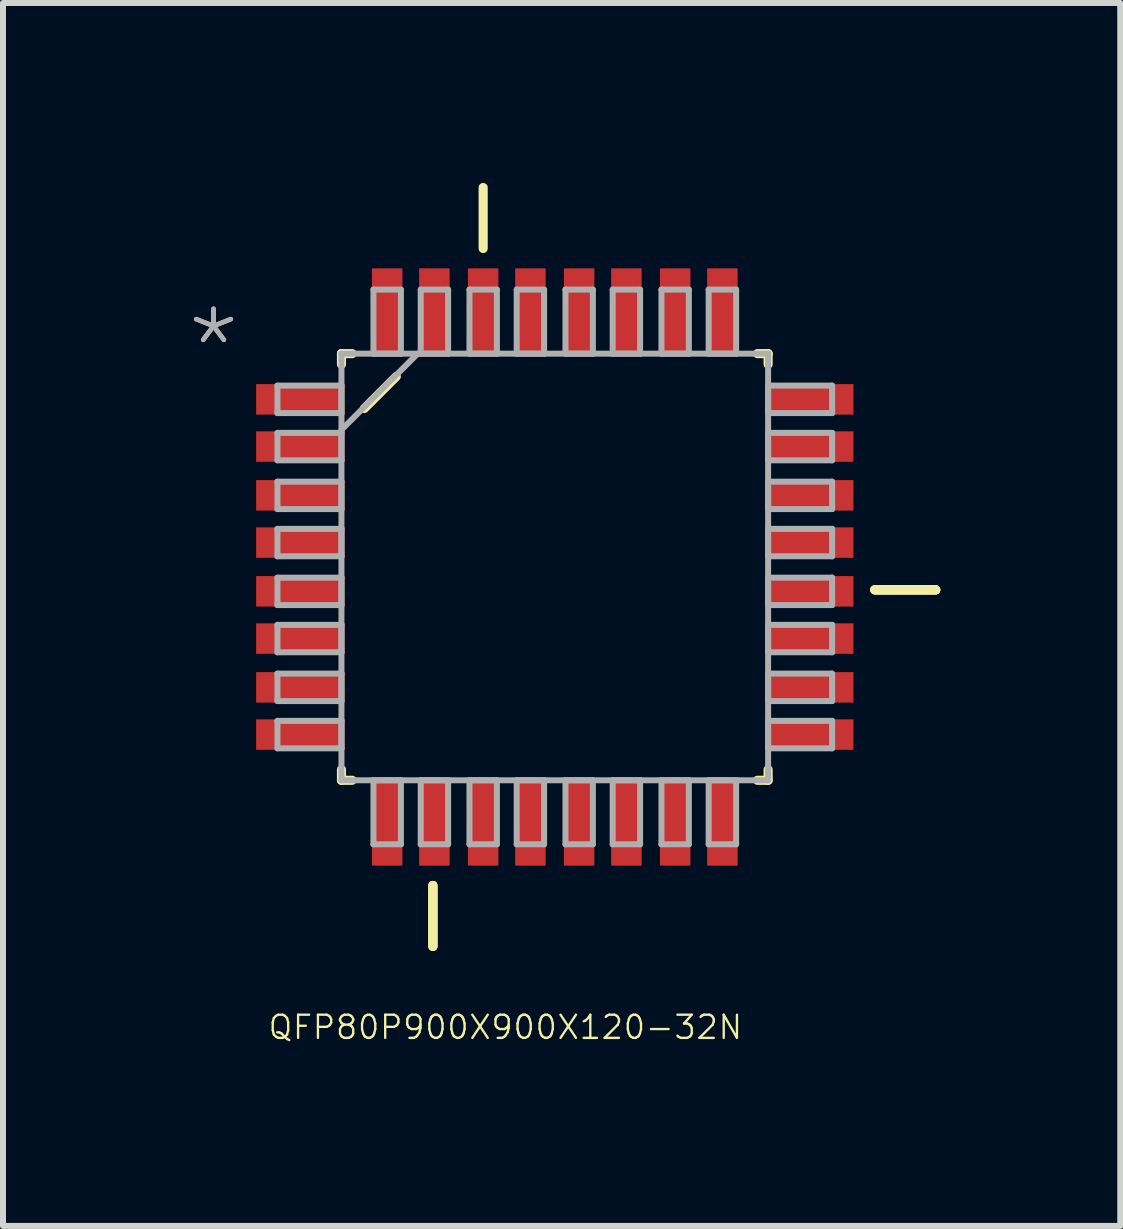
<source format=kicad_pcb>
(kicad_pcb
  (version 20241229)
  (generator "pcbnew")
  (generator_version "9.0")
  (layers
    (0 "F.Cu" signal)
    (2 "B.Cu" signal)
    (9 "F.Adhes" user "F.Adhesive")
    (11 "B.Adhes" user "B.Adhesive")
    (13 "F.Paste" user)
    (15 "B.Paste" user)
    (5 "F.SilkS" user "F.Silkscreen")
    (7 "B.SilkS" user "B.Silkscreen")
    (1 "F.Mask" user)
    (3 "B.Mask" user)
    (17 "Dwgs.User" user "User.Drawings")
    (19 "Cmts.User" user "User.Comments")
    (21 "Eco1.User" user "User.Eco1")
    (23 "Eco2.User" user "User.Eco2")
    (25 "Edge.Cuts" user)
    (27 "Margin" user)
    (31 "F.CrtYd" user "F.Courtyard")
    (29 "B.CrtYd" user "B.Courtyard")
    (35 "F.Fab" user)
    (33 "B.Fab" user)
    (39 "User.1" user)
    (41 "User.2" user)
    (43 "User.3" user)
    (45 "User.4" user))
  (footprint "QFP80P900X900X120-32N"
    (layer "F.Cu")
    (at 6.198 6.401)
    (property "Reference" "QFP80P900X900X120-32N" (at -4.801 7.899 0) (layer "F.SilkS") (effects (font (size 0.386 0.386) (thickness 0.039)) (justify left bottom)))
    (attr through_hole)
    (fp_line (start -3.556 -3.556) (end -3.556 -3.378) (stroke (width 0.152) (type solid)) (layer "F.SilkS"))
    (fp_line (start -3.556 3.378) (end -3.556 3.556) (stroke (width 0.152) (type solid)) (layer "F.SilkS"))
    (fp_line (start -3.556 3.556) (end -3.378 3.556) (stroke (width 0.152) (type solid)) (layer "F.SilkS"))
    (fp_line (start -3.378 -3.556) (end -3.556 -3.556) (stroke (width 0.152) (type solid)) (layer "F.SilkS"))
    (fp_line (start -3.175 -2.642) (end -2.642 -3.175) (stroke (width 0.152) (type solid)) (layer "F.SilkS"))
    (fp_line (start -2.032 6.325) (end -2.032 5.309) (stroke (width 0.152) (type solid)) (layer "F.SilkS"))
    (fp_line (start -2.032 6.325) (end -2.032 5.309) (stroke (width 0.152) (type solid)) (layer "F.SilkS"))
    (fp_line (start -2.032 6.325) (end -2.032 5.309) (stroke (width 0.152) (type solid)) (layer "F.SilkS"))
    (fp_line (start -1.194 -5.309) (end -1.194 -6.325) (stroke (width 0.152) (type solid)) (layer "F.SilkS"))
    (fp_line (start 3.378 3.556) (end 3.556 3.556) (stroke (width 0.152) (type solid)) (layer "F.SilkS"))
    (fp_line (start 3.556 -3.556) (end 3.378 -3.556) (stroke (width 0.152) (type solid)) (layer "F.SilkS"))
    (fp_line (start 3.556 -3.378) (end 3.556 -3.556) (stroke (width 0.152) (type solid)) (layer "F.SilkS"))
    (fp_line (start 3.556 3.556) (end 3.556 3.378) (stroke (width 0.152) (type solid)) (layer "F.SilkS"))
    (fp_line (start 5.334 0.381) (end 6.35 0.381) (stroke (width 0.152) (type solid)) (layer "F.SilkS"))
    (fp_line (start 5.334 0.381) (end 6.35 0.381) (stroke (width 0.152) (type solid)) (layer "F.SilkS"))
    (fp_line (start 5.334 0.381) (end 6.35 0.381) (stroke (width 0.152) (type solid)) (layer "F.SilkS"))
    (fp_line (start 5.334 0.381) (end 6.35 0.381) (stroke (width 0.152) (type solid)) (layer "F.SilkS"))
    (fp_line (start -4.623 -3.023) (end -4.623 -2.565) (stroke (width 0.1) (type solid)) (layer "F.Fab"))
    (fp_line (start -4.623 -2.565) (end -3.556 -2.565) (stroke (width 0.1) (type solid)) (layer "F.Fab"))
    (fp_line (start -4.623 -2.235) (end -4.623 -1.778) (stroke (width 0.1) (type solid)) (layer "F.Fab"))
    (fp_line (start -4.623 -1.778) (end -3.556 -1.778) (stroke (width 0.1) (type solid)) (layer "F.Fab"))
    (fp_line (start -4.623 -1.422) (end -4.623 -0.965) (stroke (width 0.1) (type solid)) (layer "F.Fab"))
    (fp_line (start -4.623 -0.965) (end -3.556 -0.965) (stroke (width 0.1) (type solid)) (layer "F.Fab"))
    (fp_line (start -4.623 -0.635) (end -4.623 -0.178) (stroke (width 0.1) (type solid)) (layer "F.Fab"))
    (fp_line (start -4.623 -0.178) (end -3.556 -0.178) (stroke (width 0.1) (type solid)) (layer "F.Fab"))
    (fp_line (start -4.623 0.178) (end -4.623 0.635) (stroke (width 0.1) (type solid)) (layer "F.Fab"))
    (fp_line (start -4.623 0.635) (end -3.556 0.635) (stroke (width 0.1) (type solid)) (layer "F.Fab"))
    (fp_line (start -4.623 0.965) (end -4.623 1.422) (stroke (width 0.1) (type solid)) (layer "F.Fab"))
    (fp_line (start -4.623 1.422) (end -3.556 1.422) (stroke (width 0.1) (type solid)) (layer "F.Fab"))
    (fp_line (start -4.623 1.778) (end -4.623 2.235) (stroke (width 0.1) (type solid)) (layer "F.Fab"))
    (fp_line (start -4.623 2.235) (end -3.556 2.235) (stroke (width 0.1) (type solid)) (layer "F.Fab"))
    (fp_line (start -4.623 2.565) (end -4.623 3.023) (stroke (width 0.1) (type solid)) (layer "F.Fab"))
    (fp_line (start -4.623 3.023) (end -3.556 3.023) (stroke (width 0.1) (type solid)) (layer "F.Fab"))
    (fp_line (start -3.556 -3.556) (end -3.556 3.556) (stroke (width 0.1) (type solid)) (layer "F.Fab"))
    (fp_line (start -3.556 -3.023) (end -4.623 -3.023) (stroke (width 0.1) (type solid)) (layer "F.Fab"))
    (fp_line (start -3.556 -2.565) (end -3.556 -3.023) (stroke (width 0.1) (type solid)) (layer "F.Fab"))
    (fp_line (start -3.556 -2.286) (end -2.286 -3.556) (stroke (width 0.1) (type solid)) (layer "F.Fab"))
    (fp_line (start -3.556 -2.235) (end -4.623 -2.235) (stroke (width 0.1) (type solid)) (layer "F.Fab"))
    (fp_line (start -3.556 -1.778) (end -3.556 -2.235) (stroke (width 0.1) (type solid)) (layer "F.Fab"))
    (fp_line (start -3.556 -1.422) (end -4.623 -1.422) (stroke (width 0.1) (type solid)) (layer "F.Fab"))
    (fp_line (start -3.556 -0.965) (end -3.556 -1.422) (stroke (width 0.1) (type solid)) (layer "F.Fab"))
    (fp_line (start -3.556 -0.635) (end -4.623 -0.635) (stroke (width 0.1) (type solid)) (layer "F.Fab"))
    (fp_line (start -3.556 -0.178) (end -3.556 -0.635) (stroke (width 0.1) (type solid)) (layer "F.Fab"))
    (fp_line (start -3.556 0.178) (end -4.623 0.178) (stroke (width 0.1) (type solid)) (layer "F.Fab"))
    (fp_line (start -3.556 0.635) (end -3.556 0.178) (stroke (width 0.1) (type solid)) (layer "F.Fab"))
    (fp_line (start -3.556 0.965) (end -4.623 0.965) (stroke (width 0.1) (type solid)) (layer "F.Fab"))
    (fp_line (start -3.556 1.422) (end -3.556 0.965) (stroke (width 0.1) (type solid)) (layer "F.Fab"))
    (fp_line (start -3.556 1.778) (end -4.623 1.778) (stroke (width 0.1) (type solid)) (layer "F.Fab"))
    (fp_line (start -3.556 2.235) (end -3.556 1.778) (stroke (width 0.1) (type solid)) (layer "F.Fab"))
    (fp_line (start -3.556 2.565) (end -4.623 2.565) (stroke (width 0.1) (type solid)) (layer "F.Fab"))
    (fp_line (start -3.556 3.023) (end -3.556 2.565) (stroke (width 0.1) (type solid)) (layer "F.Fab"))
    (fp_line (start -3.556 3.556) (end 3.556 3.556) (stroke (width 0.1) (type solid)) (layer "F.Fab"))
    (fp_line (start -3.023 -4.623) (end -3.023 -3.556) (stroke (width 0.1) (type solid)) (layer "F.Fab"))
    (fp_line (start -3.023 -3.556) (end -2.565 -3.556) (stroke (width 0.1) (type solid)) (layer "F.Fab"))
    (fp_line (start -3.023 3.556) (end -3.023 4.623) (stroke (width 0.1) (type solid)) (layer "F.Fab"))
    (fp_line (start -3.023 4.623) (end -2.565 4.623) (stroke (width 0.1) (type solid)) (layer "F.Fab"))
    (fp_line (start -2.565 -4.623) (end -3.023 -4.623) (stroke (width 0.1) (type solid)) (layer "F.Fab"))
    (fp_line (start -2.565 -3.556) (end -2.565 -4.623) (stroke (width 0.1) (type solid)) (layer "F.Fab"))
    (fp_line (start -2.565 3.556) (end -3.023 3.556) (stroke (width 0.1) (type solid)) (layer "F.Fab"))
    (fp_line (start -2.565 4.623) (end -2.565 3.556) (stroke (width 0.1) (type solid)) (layer "F.Fab"))
    (fp_line (start -2.235 -4.623) (end -2.235 -3.556) (stroke (width 0.1) (type solid)) (layer "F.Fab"))
    (fp_line (start -2.235 -3.556) (end -1.778 -3.556) (stroke (width 0.1) (type solid)) (layer "F.Fab"))
    (fp_line (start -2.235 3.556) (end -2.235 4.623) (stroke (width 0.1) (type solid)) (layer "F.Fab"))
    (fp_line (start -2.235 4.623) (end -1.778 4.623) (stroke (width 0.1) (type solid)) (layer "F.Fab"))
    (fp_line (start -1.778 -4.623) (end -2.235 -4.623) (stroke (width 0.1) (type solid)) (layer "F.Fab"))
    (fp_line (start -1.778 -3.556) (end -1.778 -4.623) (stroke (width 0.1) (type solid)) (layer "F.Fab"))
    (fp_line (start -1.778 3.556) (end -2.235 3.556) (stroke (width 0.1) (type solid)) (layer "F.Fab"))
    (fp_line (start -1.778 4.623) (end -1.778 3.556) (stroke (width 0.1) (type solid)) (layer "F.Fab"))
    (fp_line (start -1.422 -4.623) (end -1.422 -3.556) (stroke (width 0.1) (type solid)) (layer "F.Fab"))
    (fp_line (start -1.422 -3.556) (end -0.965 -3.556) (stroke (width 0.1) (type solid)) (layer "F.Fab"))
    (fp_line (start -1.422 3.556) (end -1.422 4.623) (stroke (width 0.1) (type solid)) (layer "F.Fab"))
    (fp_line (start -1.422 4.623) (end -0.965 4.623) (stroke (width 0.1) (type solid)) (layer "F.Fab"))
    (fp_line (start -0.965 -4.623) (end -1.422 -4.623) (stroke (width 0.1) (type solid)) (layer "F.Fab"))
    (fp_line (start -0.965 -3.556) (end -0.965 -4.623) (stroke (width 0.1) (type solid)) (layer "F.Fab"))
    (fp_line (start -0.965 3.556) (end -1.422 3.556) (stroke (width 0.1) (type solid)) (layer "F.Fab"))
    (fp_line (start -0.965 4.623) (end -0.965 3.556) (stroke (width 0.1) (type solid)) (layer "F.Fab"))
    (fp_line (start -0.635 -4.623) (end -0.635 -3.556) (stroke (width 0.1) (type solid)) (layer "F.Fab"))
    (fp_line (start -0.635 -3.556) (end -0.178 -3.556) (stroke (width 0.1) (type solid)) (layer "F.Fab"))
    (fp_line (start -0.635 3.556) (end -0.635 4.623) (stroke (width 0.1) (type solid)) (layer "F.Fab"))
    (fp_line (start -0.635 4.623) (end -0.178 4.623) (stroke (width 0.1) (type solid)) (layer "F.Fab"))
    (fp_line (start -0.178 -4.623) (end -0.635 -4.623) (stroke (width 0.1) (type solid)) (layer "F.Fab"))
    (fp_line (start -0.178 -3.556) (end -0.178 -4.623) (stroke (width 0.1) (type solid)) (layer "F.Fab"))
    (fp_line (start -0.178 3.556) (end -0.635 3.556) (stroke (width 0.1) (type solid)) (layer "F.Fab"))
    (fp_line (start -0.178 4.623) (end -0.178 3.556) (stroke (width 0.1) (type solid)) (layer "F.Fab"))
    (fp_line (start 0.178 -4.623) (end 0.178 -3.556) (stroke (width 0.1) (type solid)) (layer "F.Fab"))
    (fp_line (start 0.178 -3.556) (end 0.635 -3.556) (stroke (width 0.1) (type solid)) (layer "F.Fab"))
    (fp_line (start 0.178 3.556) (end 0.178 4.623) (stroke (width 0.1) (type solid)) (layer "F.Fab"))
    (fp_line (start 0.178 4.623) (end 0.635 4.623) (stroke (width 0.1) (type solid)) (layer "F.Fab"))
    (fp_line (start 0.635 -4.623) (end 0.178 -4.623) (stroke (width 0.1) (type solid)) (layer "F.Fab"))
    (fp_line (start 0.635 -3.556) (end 0.635 -4.623) (stroke (width 0.1) (type solid)) (layer "F.Fab"))
    (fp_line (start 0.635 3.556) (end 0.178 3.556) (stroke (width 0.1) (type solid)) (layer "F.Fab"))
    (fp_line (start 0.635 4.623) (end 0.635 3.556) (stroke (width 0.1) (type solid)) (layer "F.Fab"))
    (fp_line (start 0.965 -4.623) (end 0.965 -3.556) (stroke (width 0.1) (type solid)) (layer "F.Fab"))
    (fp_line (start 0.965 -3.556) (end 1.422 -3.556) (stroke (width 0.1) (type solid)) (layer "F.Fab"))
    (fp_line (start 0.965 3.556) (end 0.965 4.623) (stroke (width 0.1) (type solid)) (layer "F.Fab"))
    (fp_line (start 0.965 4.623) (end 1.422 4.623) (stroke (width 0.1) (type solid)) (layer "F.Fab"))
    (fp_line (start 1.422 -4.623) (end 0.965 -4.623) (stroke (width 0.1) (type solid)) (layer "F.Fab"))
    (fp_line (start 1.422 -3.556) (end 1.422 -4.623) (stroke (width 0.1) (type solid)) (layer "F.Fab"))
    (fp_line (start 1.422 3.556) (end 0.965 3.556) (stroke (width 0.1) (type solid)) (layer "F.Fab"))
    (fp_line (start 1.422 4.623) (end 1.422 3.556) (stroke (width 0.1) (type solid)) (layer "F.Fab"))
    (fp_line (start 1.778 -4.623) (end 1.778 -3.556) (stroke (width 0.1) (type solid)) (layer "F.Fab"))
    (fp_line (start 1.778 -3.556) (end 2.235 -3.556) (stroke (width 0.1) (type solid)) (layer "F.Fab"))
    (fp_line (start 1.778 3.556) (end 1.778 4.623) (stroke (width 0.1) (type solid)) (layer "F.Fab"))
    (fp_line (start 1.778 4.623) (end 2.235 4.623) (stroke (width 0.1) (type solid)) (layer "F.Fab"))
    (fp_line (start 2.235 -4.623) (end 1.778 -4.623) (stroke (width 0.1) (type solid)) (layer "F.Fab"))
    (fp_line (start 2.235 -3.556) (end 2.235 -4.623) (stroke (width 0.1) (type solid)) (layer "F.Fab"))
    (fp_line (start 2.235 3.556) (end 1.778 3.556) (stroke (width 0.1) (type solid)) (layer "F.Fab"))
    (fp_line (start 2.235 4.623) (end 2.235 3.556) (stroke (width 0.1) (type solid)) (layer "F.Fab"))
    (fp_line (start 2.565 -4.623) (end 2.565 -3.556) (stroke (width 0.1) (type solid)) (layer "F.Fab"))
    (fp_line (start 2.565 -3.556) (end 3.023 -3.556) (stroke (width 0.1) (type solid)) (layer "F.Fab"))
    (fp_line (start 2.565 3.556) (end 2.565 4.623) (stroke (width 0.1) (type solid)) (layer "F.Fab"))
    (fp_line (start 2.565 4.623) (end 3.023 4.623) (stroke (width 0.1) (type solid)) (layer "F.Fab"))
    (fp_line (start 3.023 -4.623) (end 2.565 -4.623) (stroke (width 0.1) (type solid)) (layer "F.Fab"))
    (fp_line (start 3.023 -3.556) (end 3.023 -4.623) (stroke (width 0.1) (type solid)) (layer "F.Fab"))
    (fp_line (start 3.023 3.556) (end 2.565 3.556) (stroke (width 0.1) (type solid)) (layer "F.Fab"))
    (fp_line (start 3.023 4.623) (end 3.023 3.556) (stroke (width 0.1) (type solid)) (layer "F.Fab"))
    (fp_line (start 3.556 -3.556) (end -3.556 -3.556) (stroke (width 0.1) (type solid)) (layer "F.Fab"))
    (fp_line (start 3.556 -3.023) (end 3.556 -2.565) (stroke (width 0.1) (type solid)) (layer "F.Fab"))
    (fp_line (start 3.556 -2.565) (end 4.623 -2.565) (stroke (width 0.1) (type solid)) (layer "F.Fab"))
    (fp_line (start 3.556 -2.235) (end 3.556 -1.778) (stroke (width 0.1) (type solid)) (layer "F.Fab"))
    (fp_line (start 3.556 -1.778) (end 4.623 -1.778) (stroke (width 0.1) (type solid)) (layer "F.Fab"))
    (fp_line (start 3.556 -1.422) (end 3.556 -0.965) (stroke (width 0.1) (type solid)) (layer "F.Fab"))
    (fp_line (start 3.556 -0.965) (end 4.623 -0.965) (stroke (width 0.1) (type solid)) (layer "F.Fab"))
    (fp_line (start 3.556 -0.635) (end 3.556 -0.178) (stroke (width 0.1) (type solid)) (layer "F.Fab"))
    (fp_line (start 3.556 -0.178) (end 4.623 -0.178) (stroke (width 0.1) (type solid)) (layer "F.Fab"))
    (fp_line (start 3.556 0.178) (end 3.556 0.635) (stroke (width 0.1) (type solid)) (layer "F.Fab"))
    (fp_line (start 3.556 0.635) (end 4.623 0.635) (stroke (width 0.1) (type solid)) (layer "F.Fab"))
    (fp_line (start 3.556 0.965) (end 3.556 1.422) (stroke (width 0.1) (type solid)) (layer "F.Fab"))
    (fp_line (start 3.556 1.422) (end 4.623 1.422) (stroke (width 0.1) (type solid)) (layer "F.Fab"))
    (fp_line (start 3.556 1.778) (end 3.556 2.235) (stroke (width 0.1) (type solid)) (layer "F.Fab"))
    (fp_line (start 3.556 2.235) (end 4.623 2.235) (stroke (width 0.1) (type solid)) (layer "F.Fab"))
    (fp_line (start 3.556 2.565) (end 3.556 3.023) (stroke (width 0.1) (type solid)) (layer "F.Fab"))
    (fp_line (start 3.556 3.023) (end 4.623 3.023) (stroke (width 0.1) (type solid)) (layer "F.Fab"))
    (fp_line (start 3.556 3.556) (end 3.556 -3.556) (stroke (width 0.1) (type solid)) (layer "F.Fab"))
    (fp_line (start 4.623 -3.023) (end 3.556 -3.023) (stroke (width 0.1) (type solid)) (layer "F.Fab"))
    (fp_line (start 4.623 -2.565) (end 4.623 -3.023) (stroke (width 0.1) (type solid)) (layer "F.Fab"))
    (fp_line (start 4.623 -2.235) (end 3.556 -2.235) (stroke (width 0.1) (type solid)) (layer "F.Fab"))
    (fp_line (start 4.623 -1.778) (end 4.623 -2.235) (stroke (width 0.1) (type solid)) (layer "F.Fab"))
    (fp_line (start 4.623 -1.422) (end 3.556 -1.422) (stroke (width 0.1) (type solid)) (layer "F.Fab"))
    (fp_line (start 4.623 -0.965) (end 4.623 -1.422) (stroke (width 0.1) (type solid)) (layer "F.Fab"))
    (fp_line (start 4.623 -0.635) (end 3.556 -0.635) (stroke (width 0.1) (type solid)) (layer "F.Fab"))
    (fp_line (start 4.623 -0.178) (end 4.623 -0.635) (stroke (width 0.1) (type solid)) (layer "F.Fab"))
    (fp_line (start 4.623 0.178) (end 3.556 0.178) (stroke (width 0.1) (type solid)) (layer "F.Fab"))
    (fp_line (start 4.623 0.635) (end 4.623 0.178) (stroke (width 0.1) (type solid)) (layer "F.Fab"))
    (fp_line (start 4.623 0.965) (end 3.556 0.965) (stroke (width 0.1) (type solid)) (layer "F.Fab"))
    (fp_line (start 4.623 1.422) (end 4.623 0.965) (stroke (width 0.1) (type solid)) (layer "F.Fab"))
    (fp_line (start 4.623 1.778) (end 3.556 1.778) (stroke (width 0.1) (type solid)) (layer "F.Fab"))
    (fp_line (start 4.623 2.235) (end 4.623 1.778) (stroke (width 0.1) (type solid)) (layer "F.Fab"))
    (fp_line (start 4.623 2.565) (end 3.556 2.565) (stroke (width 0.1) (type solid)) (layer "F.Fab"))
    (fp_line (start 4.623 3.023) (end 4.623 2.565) (stroke (width 0.1) (type solid)) (layer "F.Fab"))
    (fp_text user "*" (at -6.198 -2.946 0) (layer "F.SilkS") (effects (font (size 1.206 1.206) (thickness 0.076)) (justify left bottom)))
    (fp_text user "*" (at -6.198 -2.946 0) (layer "F.Fab") (effects (font (size 1.206 1.206) (thickness 0.076)) (justify left bottom)))
    (pad "1" smd rect (at -4.242 -2.794 270) (size 0.508 1.473) (layers "F.Cu" "F.Mask" "F.Paste"))
    (pad "2" smd rect (at -4.242 -2.007 270) (size 0.508 1.473) (layers "F.Cu" "F.Mask" "F.Paste"))
    (pad "3" smd rect (at -4.242 -1.194 270) (size 0.508 1.473) (layers "F.Cu" "F.Mask" "F.Paste"))
    (pad "4" smd rect (at -4.242 -0.406 270) (size 0.508 1.473) (layers "F.Cu" "F.Mask" "F.Paste"))
    (pad "5" smd rect (at -4.242 0.406 270) (size 0.508 1.473) (layers "F.Cu" "F.Mask" "F.Paste"))
    (pad "6" smd rect (at -4.242 1.194 270) (size 0.508 1.473) (layers "F.Cu" "F.Mask" "F.Paste"))
    (pad "7" smd rect (at -4.242 2.007 270) (size 0.508 1.473) (layers "F.Cu" "F.Mask" "F.Paste"))
    (pad "8" smd rect (at -4.242 2.794 270) (size 0.508 1.473) (layers "F.Cu" "F.Mask" "F.Paste"))
    (pad "9" smd rect (at -2.794 4.242 180) (size 0.508 1.473) (layers "F.Cu" "F.Mask" "F.Paste"))
    (pad "10" smd rect (at -2.007 4.242 180) (size 0.508 1.473) (layers "F.Cu" "F.Mask" "F.Paste"))
    (pad "11" smd rect (at -1.194 4.242 180) (size 0.508 1.473) (layers "F.Cu" "F.Mask" "F.Paste"))
    (pad "12" smd rect (at -0.406 4.242 180) (size 0.508 1.473) (layers "F.Cu" "F.Mask" "F.Paste"))
    (pad "13" smd rect (at 0.406 4.242 180) (size 0.508 1.473) (layers "F.Cu" "F.Mask" "F.Paste"))
    (pad "14" smd rect (at 1.194 4.242 180) (size 0.508 1.473) (layers "F.Cu" "F.Mask" "F.Paste"))
    (pad "15" smd rect (at 2.007 4.242 180) (size 0.508 1.473) (layers "F.Cu" "F.Mask" "F.Paste"))
    (pad "16" smd rect (at 2.794 4.242 180) (size 0.508 1.473) (layers "F.Cu" "F.Mask" "F.Paste"))
    (pad "17" smd rect (at 4.242 2.794 270) (size 0.508 1.473) (layers "F.Cu" "F.Mask" "F.Paste"))
    (pad "18" smd rect (at 4.242 2.007 270) (size 0.508 1.473) (layers "F.Cu" "F.Mask" "F.Paste"))
    (pad "19" smd rect (at 4.242 1.194 270) (size 0.508 1.473) (layers "F.Cu" "F.Mask" "F.Paste"))
    (pad "20" smd rect (at 4.242 0.406 270) (size 0.508 1.473) (layers "F.Cu" "F.Mask" "F.Paste"))
    (pad "21" smd rect (at 4.242 -0.406 270) (size 0.508 1.473) (layers "F.Cu" "F.Mask" "F.Paste"))
    (pad "22" smd rect (at 4.242 -1.194 270) (size 0.508 1.473) (layers "F.Cu" "F.Mask" "F.Paste"))
    (pad "23" smd rect (at 4.242 -2.007 270) (size 0.508 1.473) (layers "F.Cu" "F.Mask" "F.Paste"))
    (pad "24" smd rect (at 4.242 -2.794 270) (size 0.508 1.473) (layers "F.Cu" "F.Mask" "F.Paste"))
    (pad "25" smd rect (at 2.794 -4.242 180) (size 0.508 1.473) (layers "F.Cu" "F.Mask" "F.Paste"))
    (pad "26" smd rect (at 2.007 -4.242 180) (size 0.508 1.473) (layers "F.Cu" "F.Mask" "F.Paste"))
    (pad "27" smd rect (at 1.194 -4.242 180) (size 0.508 1.473) (layers "F.Cu" "F.Mask" "F.Paste"))
    (pad "28" smd rect (at 0.406 -4.242 180) (size 0.508 1.473) (layers "F.Cu" "F.Mask" "F.Paste"))
    (pad "29" smd rect (at -0.406 -4.242 180) (size 0.508 1.473) (layers "F.Cu" "F.Mask" "F.Paste"))
    (pad "30" smd rect (at -1.194 -4.242 180) (size 0.508 1.473) (layers "F.Cu" "F.Mask" "F.Paste"))
    (pad "31" smd rect (at -2.007 -4.242 180) (size 0.508 1.473) (layers "F.Cu" "F.Mask" "F.Paste"))
    (pad "32" smd rect (at -2.794 -4.242 180) (size 0.508 1.473) (layers "F.Cu" "F.Mask" "F.Paste")))
  (gr_rect
    (start -3 -3)
    (end 15.624 17.386)
    (stroke (width 0.1) (type default))
    (fill no)
    (layer "Edge.Cuts")))
</source>
